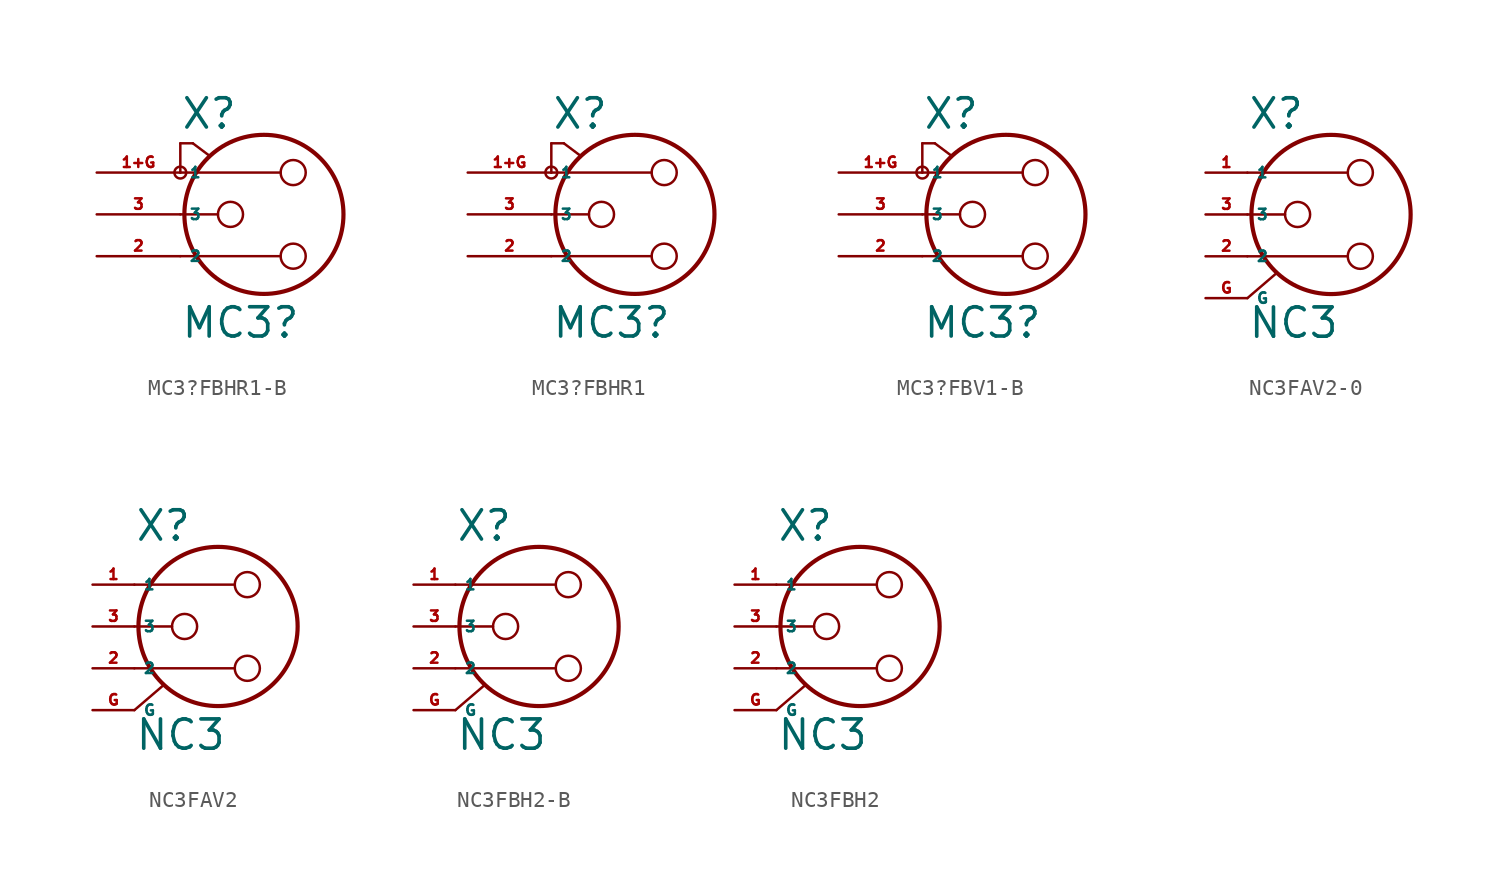
<source format=kicad_sym>
(kicad_symbol_lib
  (version 20220914)
  (generator Eagle2Kicad)
  (symbol "MC3?FBHR1-B"
    (property "Reference" "X"
      (at -5.08 5.08 0)
      (effects (font (size 1.778 1.778) (thickness 0.22)) (justify left bottom)))
    (property "Value" "MC3?"
      (at -5.08 -7.62 0)
      (effects (font (size 1.778 1.778) (thickness 0.22)) (justify left bottom)))
    (polyline
      (pts (xy -5.08 2.54) (xy 1.016 2.54))
      (stroke (width 0.152) (type default))
      (fill (type none)))
    (polyline
      (pts (xy -5.08 -2.54) (xy 1.016 -2.54))
      (stroke (width 0.152) (type default))
      (fill (type none)))
    (polyline
      (pts (xy -5.08 0) (xy -2.794 0))
      (stroke (width 0.152) (type default))
      (fill (type none)))
    (polyline
      (pts (xy -4.318 4.318) (xy -3.302 3.556))
      (stroke (width 0.152) (type default))
      (fill (type none)))
    (polyline
      (pts (xy -4.318 4.318) (xy -5.08 4.318))
      (stroke (width 0.152) (type default))
      (fill (type none)))
    (polyline
      (pts (xy -5.08 4.318) (xy -5.08 2.54))
      (stroke (width 0.152) (type default))
      (fill (type none)))
    (circle
      (center 0 0)
      (radius 4.833)
      (stroke (width 0.254) (type default))
      (fill (type none)))
    (circle
      (center -2.032 0)
      (radius 0.762)
      (stroke (width 0.152) (type default))
      (fill (type none)))
    (circle
      (center 1.778 2.54)
      (radius 0.762)
      (stroke (width 0.152) (type default))
      (fill (type none)))
    (circle
      (center 1.778 -2.54)
      (radius 0.762)
      (stroke (width 0.152) (type default))
      (fill (type none)))
    (circle
      (center -5.08 2.54)
      (radius 0.359)
      (stroke (width 0) (type default))
      (fill (type none)))
    (pin passive line
      (at -10.16 2.54 0)
      (length 5.08)
      (name "1" (effects (font (size 0.635 0.635) (thickness 0.08)) (justify left bottom)))
      (number "1+G" (effects (font (size 0.635 0.635) (thickness 0.08)) (justify left bottom))))
    (pin passive line
      (at -10.16 -2.54 0)
      (length 5.08)
      (name "2" (effects (font (size 0.635 0.635) (thickness 0.08)) (justify left bottom)))
      (number "2" (effects (font (size 0.635 0.635) (thickness 0.08)) (justify left bottom))))
    (pin passive line
      (at -10.16 0 0)
      (length 5.08)
      (name "3" (effects (font (size 0.635 0.635) (thickness 0.08)) (justify left bottom)))
      (number "3" (effects (font (size 0.635 0.635) (thickness 0.08)) (justify left bottom)))))
  (symbol "MC3?FBHR1"
    (property "Reference" "X"
      (at -5.08 5.08 0)
      (effects (font (size 1.778 1.778) (thickness 0.22)) (justify left bottom)))
    (property "Value" "MC3?"
      (at -5.08 -7.62 0)
      (effects (font (size 1.778 1.778) (thickness 0.22)) (justify left bottom)))
    (polyline
      (pts (xy -5.08 2.54) (xy 1.016 2.54))
      (stroke (width 0.152) (type default))
      (fill (type none)))
    (polyline
      (pts (xy -5.08 -2.54) (xy 1.016 -2.54))
      (stroke (width 0.152) (type default))
      (fill (type none)))
    (polyline
      (pts (xy -5.08 0) (xy -2.794 0))
      (stroke (width 0.152) (type default))
      (fill (type none)))
    (polyline
      (pts (xy -4.318 4.318) (xy -3.302 3.556))
      (stroke (width 0.152) (type default))
      (fill (type none)))
    (polyline
      (pts (xy -4.318 4.318) (xy -5.08 4.318))
      (stroke (width 0.152) (type default))
      (fill (type none)))
    (polyline
      (pts (xy -5.08 4.318) (xy -5.08 2.54))
      (stroke (width 0.152) (type default))
      (fill (type none)))
    (circle
      (center 0 0)
      (radius 4.833)
      (stroke (width 0.254) (type default))
      (fill (type none)))
    (circle
      (center -2.032 0)
      (radius 0.762)
      (stroke (width 0.152) (type default))
      (fill (type none)))
    (circle
      (center 1.778 2.54)
      (radius 0.762)
      (stroke (width 0.152) (type default))
      (fill (type none)))
    (circle
      (center 1.778 -2.54)
      (radius 0.762)
      (stroke (width 0.152) (type default))
      (fill (type none)))
    (circle
      (center -5.08 2.54)
      (radius 0.359)
      (stroke (width 0) (type default))
      (fill (type none)))
    (pin passive line
      (at -10.16 2.54 0)
      (length 5.08)
      (name "1" (effects (font (size 0.635 0.635) (thickness 0.08)) (justify left bottom)))
      (number "1+G" (effects (font (size 0.635 0.635) (thickness 0.08)) (justify left bottom))))
    (pin passive line
      (at -10.16 -2.54 0)
      (length 5.08)
      (name "2" (effects (font (size 0.635 0.635) (thickness 0.08)) (justify left bottom)))
      (number "2" (effects (font (size 0.635 0.635) (thickness 0.08)) (justify left bottom))))
    (pin passive line
      (at -10.16 0 0)
      (length 5.08)
      (name "3" (effects (font (size 0.635 0.635) (thickness 0.08)) (justify left bottom)))
      (number "3" (effects (font (size 0.635 0.635) (thickness 0.08)) (justify left bottom)))))
  (symbol "MC3?FBV1-B"
    (property "Reference" "X"
      (at -5.08 5.08 0)
      (effects (font (size 1.778 1.778) (thickness 0.22)) (justify left bottom)))
    (property "Value" "MC3?"
      (at -5.08 -7.62 0)
      (effects (font (size 1.778 1.778) (thickness 0.22)) (justify left bottom)))
    (polyline
      (pts (xy -5.08 2.54) (xy 1.016 2.54))
      (stroke (width 0.152) (type default))
      (fill (type none)))
    (polyline
      (pts (xy -5.08 -2.54) (xy 1.016 -2.54))
      (stroke (width 0.152) (type default))
      (fill (type none)))
    (polyline
      (pts (xy -5.08 0) (xy -2.794 0))
      (stroke (width 0.152) (type default))
      (fill (type none)))
    (polyline
      (pts (xy -4.318 4.318) (xy -3.302 3.556))
      (stroke (width 0.152) (type default))
      (fill (type none)))
    (polyline
      (pts (xy -4.318 4.318) (xy -5.08 4.318))
      (stroke (width 0.152) (type default))
      (fill (type none)))
    (polyline
      (pts (xy -5.08 4.318) (xy -5.08 2.54))
      (stroke (width 0.152) (type default))
      (fill (type none)))
    (circle
      (center 0 0)
      (radius 4.833)
      (stroke (width 0.254) (type default))
      (fill (type none)))
    (circle
      (center -2.032 0)
      (radius 0.762)
      (stroke (width 0.152) (type default))
      (fill (type none)))
    (circle
      (center 1.778 2.54)
      (radius 0.762)
      (stroke (width 0.152) (type default))
      (fill (type none)))
    (circle
      (center 1.778 -2.54)
      (radius 0.762)
      (stroke (width 0.152) (type default))
      (fill (type none)))
    (circle
      (center -5.08 2.54)
      (radius 0.359)
      (stroke (width 0) (type default))
      (fill (type none)))
    (pin passive line
      (at -10.16 2.54 0)
      (length 5.08)
      (name "1" (effects (font (size 0.635 0.635) (thickness 0.08)) (justify left bottom)))
      (number "1+G" (effects (font (size 0.635 0.635) (thickness 0.08)) (justify left bottom))))
    (pin passive line
      (at -10.16 -2.54 0)
      (length 5.08)
      (name "2" (effects (font (size 0.635 0.635) (thickness 0.08)) (justify left bottom)))
      (number "2" (effects (font (size 0.635 0.635) (thickness 0.08)) (justify left bottom))))
    (pin passive line
      (at -10.16 0 0)
      (length 5.08)
      (name "3" (effects (font (size 0.635 0.635) (thickness 0.08)) (justify left bottom)))
      (number "3" (effects (font (size 0.635 0.635) (thickness 0.08)) (justify left bottom)))))
  (symbol "NC3FAV2-0"
    (property "Reference" "X"
      (at -5.08 5.08 0)
      (effects (font (size 1.778 1.778) (thickness 0.22)) (justify left bottom)))
    (property "Value" "NC3"
      (at -5.08 -7.62 0)
      (effects (font (size 1.778 1.778) (thickness 0.22)) (justify left bottom)))
    (polyline
      (pts (xy -5.08 2.54) (xy 1.016 2.54))
      (stroke (width 0.152) (type default))
      (fill (type none)))
    (polyline
      (pts (xy -5.08 -2.54) (xy 1.016 -2.54))
      (stroke (width 0.152) (type default))
      (fill (type none)))
    (polyline
      (pts (xy -5.08 0) (xy -2.794 0))
      (stroke (width 0.152) (type default))
      (fill (type none)))
    (polyline
      (pts (xy -5.08 -5.08) (xy -3.302 -3.556))
      (stroke (width 0.152) (type default))
      (fill (type none)))
    (circle
      (center 0 0)
      (radius 4.833)
      (stroke (width 0.254) (type default))
      (fill (type none)))
    (circle
      (center -2.032 0)
      (radius 0.762)
      (stroke (width 0.152) (type default))
      (fill (type none)))
    (circle
      (center 1.778 2.54)
      (radius 0.762)
      (stroke (width 0.152) (type default))
      (fill (type none)))
    (circle
      (center 1.778 -2.54)
      (radius 0.762)
      (stroke (width 0.152) (type default))
      (fill (type none)))
    (pin passive line
      (at -7.62 2.54 0)
      (length 2.54)
      (name "1" (effects (font (size 0.635 0.635) (thickness 0.08)) (justify left bottom)))
      (number "1" (effects (font (size 0.635 0.635) (thickness 0.08)) (justify left bottom))))
    (pin passive line
      (at -7.62 -2.54 0)
      (length 2.54)
      (name "2" (effects (font (size 0.635 0.635) (thickness 0.08)) (justify left bottom)))
      (number "2" (effects (font (size 0.635 0.635) (thickness 0.08)) (justify left bottom))))
    (pin passive line
      (at -7.62 0 0)
      (length 2.54)
      (name "3" (effects (font (size 0.635 0.635) (thickness 0.08)) (justify left bottom)))
      (number "3" (effects (font (size 0.635 0.635) (thickness 0.08)) (justify left bottom))))
    (pin passive line
      (at -7.62 -5.08 0)
      (length 2.54)
      (name "G" (effects (font (size 0.635 0.635) (thickness 0.08)) (justify left bottom)))
      (number "G" (effects (font (size 0.635 0.635) (thickness 0.08)) (justify left bottom)))))
  (symbol "NC3FAV2"
    (property "Reference" "X"
      (at -5.08 5.08 0)
      (effects (font (size 1.778 1.778) (thickness 0.22)) (justify left bottom)))
    (property "Value" "NC3"
      (at -5.08 -7.62 0)
      (effects (font (size 1.778 1.778) (thickness 0.22)) (justify left bottom)))
    (polyline
      (pts (xy -5.08 2.54) (xy 1.016 2.54))
      (stroke (width 0.152) (type default))
      (fill (type none)))
    (polyline
      (pts (xy -5.08 -2.54) (xy 1.016 -2.54))
      (stroke (width 0.152) (type default))
      (fill (type none)))
    (polyline
      (pts (xy -5.08 0) (xy -2.794 0))
      (stroke (width 0.152) (type default))
      (fill (type none)))
    (polyline
      (pts (xy -5.08 -5.08) (xy -3.302 -3.556))
      (stroke (width 0.152) (type default))
      (fill (type none)))
    (circle
      (center 0 0)
      (radius 4.833)
      (stroke (width 0.254) (type default))
      (fill (type none)))
    (circle
      (center -2.032 0)
      (radius 0.762)
      (stroke (width 0.152) (type default))
      (fill (type none)))
    (circle
      (center 1.778 2.54)
      (radius 0.762)
      (stroke (width 0.152) (type default))
      (fill (type none)))
    (circle
      (center 1.778 -2.54)
      (radius 0.762)
      (stroke (width 0.152) (type default))
      (fill (type none)))
    (pin passive line
      (at -7.62 2.54 0)
      (length 2.54)
      (name "1" (effects (font (size 0.635 0.635) (thickness 0.08)) (justify left bottom)))
      (number "1" (effects (font (size 0.635 0.635) (thickness 0.08)) (justify left bottom))))
    (pin passive line
      (at -7.62 -2.54 0)
      (length 2.54)
      (name "2" (effects (font (size 0.635 0.635) (thickness 0.08)) (justify left bottom)))
      (number "2" (effects (font (size 0.635 0.635) (thickness 0.08)) (justify left bottom))))
    (pin passive line
      (at -7.62 0 0)
      (length 2.54)
      (name "3" (effects (font (size 0.635 0.635) (thickness 0.08)) (justify left bottom)))
      (number "3" (effects (font (size 0.635 0.635) (thickness 0.08)) (justify left bottom))))
    (pin passive line
      (at -7.62 -5.08 0)
      (length 2.54)
      (name "G" (effects (font (size 0.635 0.635) (thickness 0.08)) (justify left bottom)))
      (number "G" (effects (font (size 0.635 0.635) (thickness 0.08)) (justify left bottom)))))
  (symbol "NC3FBH2-B"
    (property "Reference" "X"
      (at -5.08 5.08 0)
      (effects (font (size 1.778 1.778) (thickness 0.22)) (justify left bottom)))
    (property "Value" "NC3"
      (at -5.08 -7.62 0)
      (effects (font (size 1.778 1.778) (thickness 0.22)) (justify left bottom)))
    (polyline
      (pts (xy -5.08 2.54) (xy 1.016 2.54))
      (stroke (width 0.152) (type default))
      (fill (type none)))
    (polyline
      (pts (xy -5.08 -2.54) (xy 1.016 -2.54))
      (stroke (width 0.152) (type default))
      (fill (type none)))
    (polyline
      (pts (xy -5.08 0) (xy -2.794 0))
      (stroke (width 0.152) (type default))
      (fill (type none)))
    (polyline
      (pts (xy -5.08 -5.08) (xy -3.302 -3.556))
      (stroke (width 0.152) (type default))
      (fill (type none)))
    (circle
      (center 0 0)
      (radius 4.833)
      (stroke (width 0.254) (type default))
      (fill (type none)))
    (circle
      (center -2.032 0)
      (radius 0.762)
      (stroke (width 0.152) (type default))
      (fill (type none)))
    (circle
      (center 1.778 2.54)
      (radius 0.762)
      (stroke (width 0.152) (type default))
      (fill (type none)))
    (circle
      (center 1.778 -2.54)
      (radius 0.762)
      (stroke (width 0.152) (type default))
      (fill (type none)))
    (pin passive line
      (at -7.62 2.54 0)
      (length 2.54)
      (name "1" (effects (font (size 0.635 0.635) (thickness 0.08)) (justify left bottom)))
      (number "1" (effects (font (size 0.635 0.635) (thickness 0.08)) (justify left bottom))))
    (pin passive line
      (at -7.62 -2.54 0)
      (length 2.54)
      (name "2" (effects (font (size 0.635 0.635) (thickness 0.08)) (justify left bottom)))
      (number "2" (effects (font (size 0.635 0.635) (thickness 0.08)) (justify left bottom))))
    (pin passive line
      (at -7.62 0 0)
      (length 2.54)
      (name "3" (effects (font (size 0.635 0.635) (thickness 0.08)) (justify left bottom)))
      (number "3" (effects (font (size 0.635 0.635) (thickness 0.08)) (justify left bottom))))
    (pin passive line
      (at -7.62 -5.08 0)
      (length 2.54)
      (name "G" (effects (font (size 0.635 0.635) (thickness 0.08)) (justify left bottom)))
      (number "G" (effects (font (size 0.635 0.635) (thickness 0.08)) (justify left bottom)))))
  (symbol "NC3FBH2"
    (property "Reference" "X"
      (at -5.08 5.08 0)
      (effects (font (size 1.778 1.778) (thickness 0.22)) (justify left bottom)))
    (property "Value" "NC3"
      (at -5.08 -7.62 0)
      (effects (font (size 1.778 1.778) (thickness 0.22)) (justify left bottom)))
    (polyline
      (pts (xy -5.08 2.54) (xy 1.016 2.54))
      (stroke (width 0.152) (type default))
      (fill (type none)))
    (polyline
      (pts (xy -5.08 -2.54) (xy 1.016 -2.54))
      (stroke (width 0.152) (type default))
      (fill (type none)))
    (polyline
      (pts (xy -5.08 0) (xy -2.794 0))
      (stroke (width 0.152) (type default))
      (fill (type none)))
    (polyline
      (pts (xy -5.08 -5.08) (xy -3.302 -3.556))
      (stroke (width 0.152) (type default))
      (fill (type none)))
    (circle
      (center 0 0)
      (radius 4.833)
      (stroke (width 0.254) (type default))
      (fill (type none)))
    (circle
      (center -2.032 0)
      (radius 0.762)
      (stroke (width 0.152) (type default))
      (fill (type none)))
    (circle
      (center 1.778 2.54)
      (radius 0.762)
      (stroke (width 0.152) (type default))
      (fill (type none)))
    (circle
      (center 1.778 -2.54)
      (radius 0.762)
      (stroke (width 0.152) (type default))
      (fill (type none)))
    (pin passive line
      (at -7.62 2.54 0)
      (length 2.54)
      (name "1" (effects (font (size 0.635 0.635) (thickness 0.08)) (justify left bottom)))
      (number "1" (effects (font (size 0.635 0.635) (thickness 0.08)) (justify left bottom))))
    (pin passive line
      (at -7.62 -2.54 0)
      (length 2.54)
      (name "2" (effects (font (size 0.635 0.635) (thickness 0.08)) (justify left bottom)))
      (number "2" (effects (font (size 0.635 0.635) (thickness 0.08)) (justify left bottom))))
    (pin passive line
      (at -7.62 0 0)
      (length 2.54)
      (name "3" (effects (font (size 0.635 0.635) (thickness 0.08)) (justify left bottom)))
      (number "3" (effects (font (size 0.635 0.635) (thickness 0.08)) (justify left bottom))))
    (pin passive line
      (at -7.62 -5.08 0)
      (length 2.54)
      (name "G" (effects (font (size 0.635 0.635) (thickness 0.08)) (justify left bottom)))
      (number "G" (effects (font (size 0.635 0.635) (thickness 0.08)) (justify left bottom))))))
</source>
